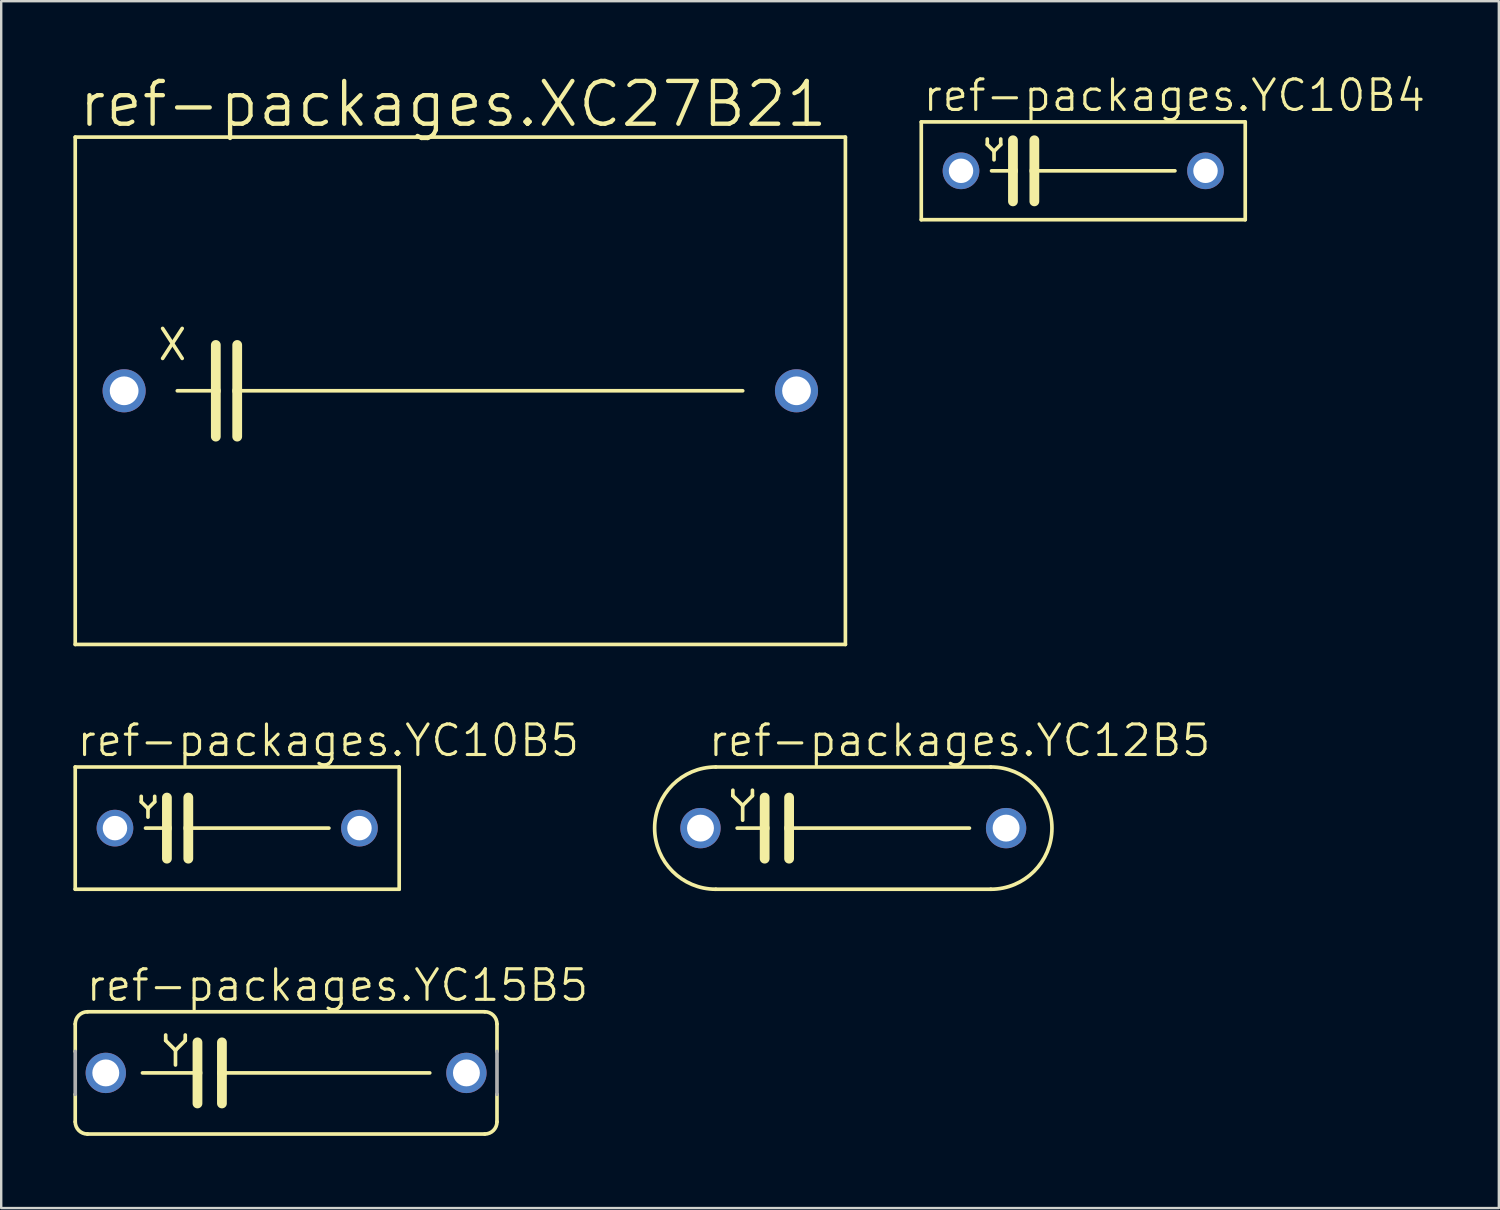
<source format=kicad_pcb>
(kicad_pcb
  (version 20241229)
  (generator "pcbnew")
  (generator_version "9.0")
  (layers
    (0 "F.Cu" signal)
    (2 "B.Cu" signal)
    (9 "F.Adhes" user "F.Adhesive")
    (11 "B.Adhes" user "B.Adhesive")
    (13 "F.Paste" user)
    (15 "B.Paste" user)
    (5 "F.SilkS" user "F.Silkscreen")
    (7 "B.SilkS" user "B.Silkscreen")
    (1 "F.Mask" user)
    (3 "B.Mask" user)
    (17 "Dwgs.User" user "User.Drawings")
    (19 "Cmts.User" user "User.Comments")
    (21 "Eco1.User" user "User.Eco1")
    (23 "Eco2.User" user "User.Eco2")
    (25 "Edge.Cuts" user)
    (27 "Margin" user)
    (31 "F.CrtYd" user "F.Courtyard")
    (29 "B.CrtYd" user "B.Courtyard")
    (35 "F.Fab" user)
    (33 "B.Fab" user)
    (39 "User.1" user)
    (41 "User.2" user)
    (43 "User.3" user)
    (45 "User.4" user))
  (footprint "ref-packages.XC27B21"
    (layer "F.Cu")
    (at 16.078 13.189)
    (property "Reference" "ref-packages.XC27B21" (at -15.951 -10.871 0) (layer "F.SilkS") (effects (font (size 1.778 1.778) (thickness 0.18)) (justify left bottom)))
    (attr through_hole)
    (fp_line (start -16.002 10.541) (end -16.002 -10.541) (stroke (width 0.152) (type default)) (layer "F.SilkS"))
    (fp_line (start -16.002 10.541) (end 16.002 10.541) (stroke (width 0.152) (type default)) (layer "F.SilkS"))
    (fp_line (start -12.37 -2.591) (end -11.557 -1.346) (stroke (width 0.152) (type default)) (layer "F.SilkS"))
    (fp_line (start -12.37 -1.346) (end -11.557 -2.591) (stroke (width 0.152) (type default)) (layer "F.SilkS"))
    (fp_line (start -11.76 0) (end -10.16 0) (stroke (width 0.152) (type default)) (layer "F.SilkS"))
    (fp_line (start -10.16 -1.905) (end -10.16 0) (stroke (width 0.406) (type default)) (layer "F.SilkS"))
    (fp_line (start -10.16 0) (end -10.16 1.905) (stroke (width 0.406) (type default)) (layer "F.SilkS"))
    (fp_line (start -9.271 -1.905) (end -9.271 0) (stroke (width 0.406) (type default)) (layer "F.SilkS"))
    (fp_line (start -9.271 0) (end -9.271 1.905) (stroke (width 0.406) (type default)) (layer "F.SilkS"))
    (fp_line (start -9.271 0) (end 11.735 0) (stroke (width 0.152) (type default)) (layer "F.SilkS"))
    (fp_line (start 16.002 -10.541) (end -16.002 -10.541) (stroke (width 0.152) (type default)) (layer "F.SilkS"))
    (fp_line (start 16.002 -10.541) (end 16.002 10.541) (stroke (width 0.152) (type default)) (layer "F.SilkS"))
    (pad "1" thru_hole circle (at -13.97 0) (size 1.791 1.791) (drill 1.194) (layers "*.Cu" "*.Mask"))
    (pad "2" thru_hole circle (at 13.97 0) (size 1.791 1.791) (drill 1.194) (layers "*.Cu" "*.Mask")))
  (footprint "ref-packages.YC12B5"
    (layer "F.Cu")
    (at 32.408 31.362)
    (property "Reference" "ref-packages.YC12B5" (at -6.096 -2.896 0) (layer "F.SilkS") (effects (font (size 1.27 1.27) (thickness 0.13)) (justify left bottom)))
    (attr through_hole)
    (fp_line (start -5.715 -2.54) (end 5.715 -2.54) (stroke (width 0.152) (type default)) (layer "F.SilkS"))
    (fp_line (start -5.715 2.54) (end 5.715 2.54) (stroke (width 0.152) (type default)) (layer "F.SilkS"))
    (fp_line (start -5.004 -1.575) (end -5.004 -1.346) (stroke (width 0.152) (type default)) (layer "F.SilkS"))
    (fp_line (start -5.004 -1.346) (end -4.597 -0.94) (stroke (width 0.152) (type default)) (layer "F.SilkS"))
    (fp_line (start -4.826 0) (end -3.683 0) (stroke (width 0.152) (type default)) (layer "F.SilkS"))
    (fp_line (start -4.597 -0.94) (end -4.597 -0.33) (stroke (width 0.152) (type default)) (layer "F.SilkS"))
    (fp_line (start -4.597 -0.94) (end -4.191 -1.346) (stroke (width 0.152) (type default)) (layer "F.SilkS"))
    (fp_line (start -4.191 -1.346) (end -4.191 -1.575) (stroke (width 0.152) (type default)) (layer "F.SilkS"))
    (fp_line (start -3.683 -1.27) (end -3.683 0) (stroke (width 0.406) (type default)) (layer "F.SilkS"))
    (fp_line (start -3.683 0) (end -3.683 1.27) (stroke (width 0.406) (type default)) (layer "F.SilkS"))
    (fp_line (start -2.667 -1.27) (end -2.667 0) (stroke (width 0.406) (type default)) (layer "F.SilkS"))
    (fp_line (start -2.667 0) (end -2.667 1.27) (stroke (width 0.406) (type default)) (layer "F.SilkS"))
    (fp_line (start 4.826 0) (end -2.667 0) (stroke (width 0.152) (type default)) (layer "F.SilkS"))
    (fp_arc (start -5.715 2.54) (mid -8.255 0) (end -5.715 -2.54) (stroke (width 0.1524) (type default)) (layer "F.SilkS"))
    (fp_arc (start 5.715 -2.54) (mid 8.255 0) (end 5.715 2.54) (stroke (width 0.1524) (type default)) (layer "F.SilkS"))
    (pad "1" thru_hole circle (at -6.35 0) (size 1.676 1.676) (drill 1.118) (layers "*.Cu" "*.Mask"))
    (pad "2" thru_hole circle (at 6.35 0) (size 1.676 1.676) (drill 1.118) (layers "*.Cu" "*.Mask")))
  (footprint "ref-packages.YC15B5"
    (layer "F.Cu")
    (at 8.839 41.534)
    (property "Reference" "ref-packages.YC15B5" (at -8.382 -2.896 0) (layer "F.SilkS") (effects (font (size 1.27 1.27) (thickness 0.13)) (justify left bottom)))
    (attr through_hole)
    (fp_line (start -8.763 -0.889) (end -8.763 -2.032) (stroke (width 0.152) (type default)) (layer "F.SilkS"))
    (fp_line (start -8.763 2.032) (end -8.763 0.889) (stroke (width 0.152) (type default)) (layer "F.SilkS"))
    (fp_line (start -8.255 -2.54) (end 8.255 -2.54) (stroke (width 0.152) (type default)) (layer "F.SilkS"))
    (fp_line (start -8.255 2.54) (end 8.255 2.54) (stroke (width 0.152) (type default)) (layer "F.SilkS"))
    (fp_line (start -5.969 0) (end -3.683 0) (stroke (width 0.152) (type default)) (layer "F.SilkS"))
    (fp_line (start -5.004 -1.575) (end -5.004 -1.346) (stroke (width 0.152) (type default)) (layer "F.SilkS"))
    (fp_line (start -5.004 -1.346) (end -4.597 -0.94) (stroke (width 0.152) (type default)) (layer "F.SilkS"))
    (fp_line (start -4.597 -0.94) (end -4.597 -0.33) (stroke (width 0.152) (type default)) (layer "F.SilkS"))
    (fp_line (start -4.597 -0.94) (end -4.191 -1.346) (stroke (width 0.152) (type default)) (layer "F.SilkS"))
    (fp_line (start -4.191 -1.346) (end -4.191 -1.575) (stroke (width 0.152) (type default)) (layer "F.SilkS"))
    (fp_line (start -3.683 -1.27) (end -3.683 0) (stroke (width 0.406) (type default)) (layer "F.SilkS"))
    (fp_line (start -3.683 0) (end -3.683 1.27) (stroke (width 0.406) (type default)) (layer "F.SilkS"))
    (fp_line (start -2.667 -1.27) (end -2.667 0) (stroke (width 0.406) (type default)) (layer "F.SilkS"))
    (fp_line (start -2.667 0) (end -2.667 1.27) (stroke (width 0.406) (type default)) (layer "F.SilkS"))
    (fp_line (start 5.969 0) (end -2.667 0) (stroke (width 0.152) (type default)) (layer "F.SilkS"))
    (fp_line (start 8.763 -0.889) (end 8.763 -2.032) (stroke (width 0.152) (type default)) (layer "F.SilkS"))
    (fp_line (start 8.763 2.032) (end 8.763 0.889) (stroke (width 0.152) (type default)) (layer "F.SilkS"))
    (fp_arc (start -8.763 -2.032) (mid -8.61421 -2.39121) (end -8.255 -2.54) (stroke (width 0.1524) (type default)) (layer "F.SilkS"))
    (fp_arc (start -8.255 2.54) (mid -8.61421 2.39121) (end -8.763 2.032) (stroke (width 0.1524) (type default)) (layer "F.SilkS"))
    (fp_arc (start 8.255 -2.54) (mid 8.61421 -2.39121) (end 8.763 -2.032) (stroke (width 0.1524) (type default)) (layer "F.SilkS"))
    (fp_arc (start 8.763 2.032) (mid 8.61421 2.39121) (end 8.255 2.54) (stroke (width 0.1524) (type default)) (layer "F.SilkS"))
    (fp_line (start -8.763 0.889) (end -8.763 -0.889) (stroke (width 0.152) (type default)) (layer "F.Fab"))
    (fp_line (start 8.763 0.889) (end 8.763 -0.889) (stroke (width 0.152) (type default)) (layer "F.Fab"))
    (pad "1" thru_hole circle (at -7.493 0) (size 1.676 1.676) (drill 1.118) (layers "*.Cu" "*.Mask"))
    (pad "2" thru_hole circle (at 7.493 0) (size 1.676 1.676) (drill 1.118) (layers "*.Cu" "*.Mask")))
  (footprint "ref-packages.YC10B5"
    (layer "F.Cu")
    (at 6.807 31.362)
    (property "Reference" "ref-packages.YC10B5" (at -6.731 -2.896 0) (layer "F.SilkS") (effects (font (size 1.27 1.27) (thickness 0.13)) (justify left bottom)))
    (attr through_hole)
    (fp_line (start -6.731 -2.54) (end 6.731 -2.54) (stroke (width 0.152) (type default)) (layer "F.SilkS"))
    (fp_line (start -6.731 2.54) (end -6.731 -2.54) (stroke (width 0.152) (type default)) (layer "F.SilkS"))
    (fp_line (start -3.988 -1.321) (end -3.988 -1.092) (stroke (width 0.152) (type default)) (layer "F.SilkS"))
    (fp_line (start -3.988 -1.092) (end -3.708 -0.813) (stroke (width 0.152) (type default)) (layer "F.SilkS"))
    (fp_line (start -3.81 0) (end -2.921 0) (stroke (width 0.152) (type default)) (layer "F.SilkS"))
    (fp_line (start -3.708 -0.813) (end -3.708 -0.457) (stroke (width 0.152) (type default)) (layer "F.SilkS"))
    (fp_line (start -3.708 -0.813) (end -3.429 -1.092) (stroke (width 0.152) (type default)) (layer "F.SilkS"))
    (fp_line (start -3.429 -1.092) (end -3.429 -1.321) (stroke (width 0.152) (type default)) (layer "F.SilkS"))
    (fp_line (start -2.921 -1.27) (end -2.921 0) (stroke (width 0.406) (type default)) (layer "F.SilkS"))
    (fp_line (start -2.921 0) (end -2.921 1.27) (stroke (width 0.406) (type default)) (layer "F.SilkS"))
    (fp_line (start -2.032 -1.27) (end -2.032 0) (stroke (width 0.406) (type default)) (layer "F.SilkS"))
    (fp_line (start -2.032 0) (end -2.032 1.27) (stroke (width 0.406) (type default)) (layer "F.SilkS"))
    (fp_line (start 3.81 0) (end -2.032 0) (stroke (width 0.152) (type default)) (layer "F.SilkS"))
    (fp_line (start 6.731 -2.54) (end 6.731 2.54) (stroke (width 0.152) (type default)) (layer "F.SilkS"))
    (fp_line (start 6.731 2.54) (end -6.731 2.54) (stroke (width 0.152) (type default)) (layer "F.SilkS"))
    (pad "1" thru_hole circle (at -5.08 0) (size 1.524 1.524) (drill 1.016) (layers "*.Cu" "*.Mask"))
    (pad "2" thru_hole circle (at 5.08 0) (size 1.524 1.524) (drill 1.016) (layers "*.Cu" "*.Mask")))
  (footprint "ref-packages.YC10B4"
    (layer "F.Cu")
    (at 41.964 4.048)
    (property "Reference" "ref-packages.YC10B4" (at -6.731 -2.388 0) (layer "F.SilkS") (effects (font (size 1.27 1.27) (thickness 0.13)) (justify left bottom)))
    (attr through_hole)
    (fp_line (start -6.731 -2.032) (end -6.731 2.032) (stroke (width 0.152) (type default)) (layer "F.SilkS"))
    (fp_line (start -6.731 2.032) (end 6.731 2.032) (stroke (width 0.152) (type default)) (layer "F.SilkS"))
    (fp_line (start -3.988 -1.321) (end -3.988 -1.092) (stroke (width 0.152) (type default)) (layer "F.SilkS"))
    (fp_line (start -3.988 -1.092) (end -3.708 -0.813) (stroke (width 0.152) (type default)) (layer "F.SilkS"))
    (fp_line (start -3.81 0) (end -2.921 0) (stroke (width 0.152) (type default)) (layer "F.SilkS"))
    (fp_line (start -3.708 -0.813) (end -3.708 -0.457) (stroke (width 0.152) (type default)) (layer "F.SilkS"))
    (fp_line (start -3.708 -0.813) (end -3.429 -1.092) (stroke (width 0.152) (type default)) (layer "F.SilkS"))
    (fp_line (start -3.429 -1.092) (end -3.429 -1.321) (stroke (width 0.152) (type default)) (layer "F.SilkS"))
    (fp_line (start -2.921 -1.27) (end -2.921 0) (stroke (width 0.406) (type default)) (layer "F.SilkS"))
    (fp_line (start -2.921 0) (end -2.921 1.27) (stroke (width 0.406) (type default)) (layer "F.SilkS"))
    (fp_line (start -2.032 -1.27) (end -2.032 0) (stroke (width 0.406) (type default)) (layer "F.SilkS"))
    (fp_line (start -2.032 0) (end -2.032 1.27) (stroke (width 0.406) (type default)) (layer "F.SilkS"))
    (fp_line (start 3.81 0) (end -2.032 0) (stroke (width 0.152) (type default)) (layer "F.SilkS"))
    (fp_line (start 6.731 -2.032) (end -6.731 -2.032) (stroke (width 0.152) (type default)) (layer "F.SilkS"))
    (fp_line (start 6.731 2.032) (end 6.731 -2.032) (stroke (width 0.152) (type default)) (layer "F.SilkS"))
    (pad "1" thru_hole circle (at -5.08 0) (size 1.524 1.524) (drill 1.016) (layers "*.Cu" "*.Mask"))
    (pad "2" thru_hole circle (at 5.08 0) (size 1.524 1.524) (drill 1.016) (layers "*.Cu" "*.Mask")))
  (gr_rect
    (start -3 -3)
    (end 59.233 47.15)
    (stroke (width 0.1) (type default))
    (fill no)
    (layer "Edge.Cuts")))
</source>
